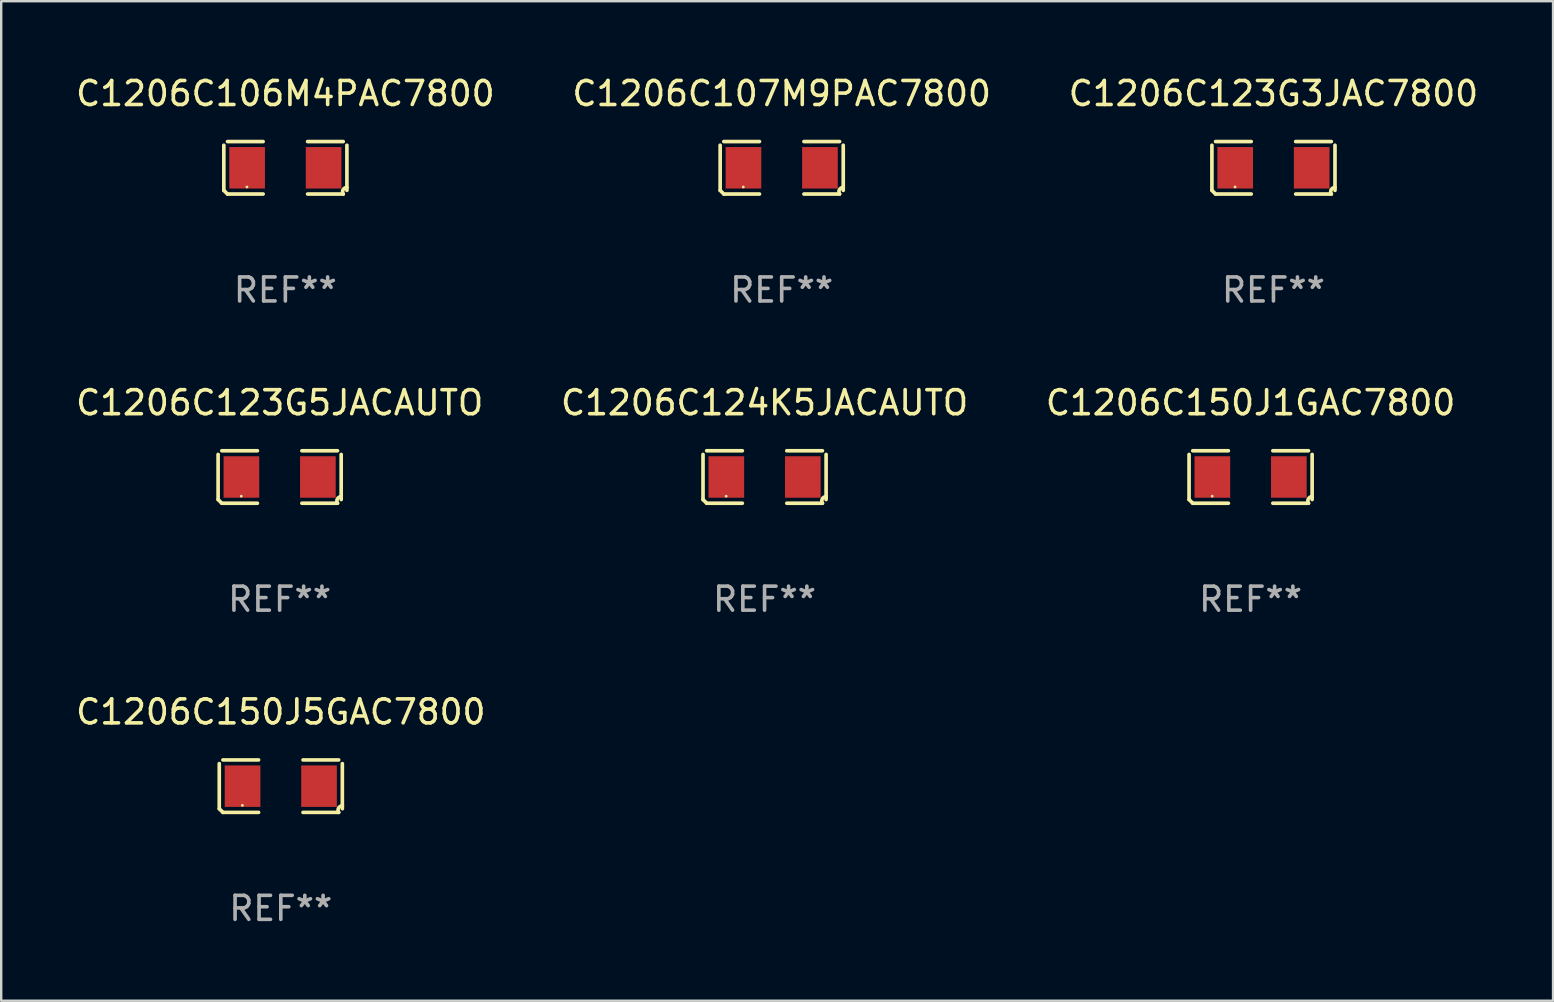
<source format=kicad_pcb>
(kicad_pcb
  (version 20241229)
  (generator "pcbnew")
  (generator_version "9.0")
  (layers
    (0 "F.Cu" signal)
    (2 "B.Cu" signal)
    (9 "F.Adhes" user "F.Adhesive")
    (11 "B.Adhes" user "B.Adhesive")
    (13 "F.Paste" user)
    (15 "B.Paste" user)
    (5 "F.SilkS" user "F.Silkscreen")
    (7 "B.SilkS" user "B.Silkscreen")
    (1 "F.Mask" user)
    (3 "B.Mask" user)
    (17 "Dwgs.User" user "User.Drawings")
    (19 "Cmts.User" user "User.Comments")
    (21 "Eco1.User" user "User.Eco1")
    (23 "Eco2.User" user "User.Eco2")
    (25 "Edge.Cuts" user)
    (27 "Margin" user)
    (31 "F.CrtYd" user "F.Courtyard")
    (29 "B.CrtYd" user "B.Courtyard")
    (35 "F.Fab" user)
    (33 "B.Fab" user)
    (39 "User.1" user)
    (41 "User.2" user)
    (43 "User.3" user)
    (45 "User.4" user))
  (footprint "C1206C107M9PAC7800"
    (layer "F.Cu")
    (at 29.518 3.941)
    (property "Reference" "C1206C107M9PAC7800" (at 0 -3.093 0) (layer "F.SilkS") (effects (font (size 1 1) (thickness 0.15))))
    (attr through_hole)
    (fp_line (start -2.564 0.94) (end -2.564 -0.94) (stroke (width 0.152) (type solid)) (layer "F.SilkS"))
    (fp_line (start -2.411 -1.093) (end -0.926 -1.093) (stroke (width 0.152) (type solid)) (layer "F.SilkS"))
    (fp_line (start -0.926 1.093) (end -2.411 1.093) (stroke (width 0.152) (type solid)) (layer "F.SilkS"))
    (fp_line (start 0.926 1.093) (end 2.411 1.093) (stroke (width 0.152) (type solid)) (layer "F.SilkS"))
    (fp_line (start 2.411 -1.093) (end 0.926 -1.093) (stroke (width 0.152) (type solid)) (layer "F.SilkS"))
    (fp_line (start 2.564 0.94) (end 2.564 -0.94) (stroke (width 0.152) (type solid)) (layer "F.SilkS"))
    (fp_arc (start -2.411201 1.092609) (mid -2.487413 1.01642) (end -2.563602 0.940208) (stroke (width 0.1524) (type solid)) (layer "F.SilkS"))
    (fp_arc (start 2.411201 1.092609) (mid 2.407159 0.911226) (end 2.563602 0.819347) (stroke (width 0.1524) (type solid)) (layer "F.SilkS"))
    (fp_circle (center -1.6 0.8) (end -1.57 0.8) (stroke (width 0.06) (type solid)) (fill no) (layer "F.SilkS"))
    (fp_text user "REF**" (at 0 5.093 0) (layer "F.Fab") (effects (font (size 1 1) (thickness 0.15))))
    (pad "1" smd rect (at -1.593 0) (size 1.485 1.728) (layers "F.Cu" "F.Mask" "F.Paste"))
    (pad "2" smd rect (at 1.593 0) (size 1.485 1.728) (layers "F.Cu" "F.Mask" "F.Paste")))
  (footprint "C1206C123G3JAC7800"
    (layer "F.Cu")
    (at 50.006 3.941)
    (property "Reference" "C1206C123G3JAC7800" (at 0 -3.093 0) (layer "F.SilkS") (effects (font (size 1 1) (thickness 0.15))))
    (attr through_hole)
    (fp_line (start -2.564 0.94) (end -2.564 -0.94) (stroke (width 0.152) (type solid)) (layer "F.SilkS"))
    (fp_line (start -2.411 -1.093) (end -0.926 -1.093) (stroke (width 0.152) (type solid)) (layer "F.SilkS"))
    (fp_line (start -0.926 1.093) (end -2.411 1.093) (stroke (width 0.152) (type solid)) (layer "F.SilkS"))
    (fp_line (start 0.926 1.093) (end 2.411 1.093) (stroke (width 0.152) (type solid)) (layer "F.SilkS"))
    (fp_line (start 2.411 -1.093) (end 0.926 -1.093) (stroke (width 0.152) (type solid)) (layer "F.SilkS"))
    (fp_line (start 2.564 0.94) (end 2.564 -0.94) (stroke (width 0.152) (type solid)) (layer "F.SilkS"))
    (fp_arc (start -2.411201 1.092609) (mid -2.487413 1.01642) (end -2.563602 0.940208) (stroke (width 0.1524) (type solid)) (layer "F.SilkS"))
    (fp_arc (start 2.411201 1.092609) (mid 2.407159 0.911226) (end 2.563602 0.819347) (stroke (width 0.1524) (type solid)) (layer "F.SilkS"))
    (fp_circle (center -1.6 0.8) (end -1.57 0.8) (stroke (width 0.06) (type solid)) (fill no) (layer "F.SilkS"))
    (fp_text user "REF**" (at 0 5.093 0) (layer "F.Fab") (effects (font (size 1 1) (thickness 0.15))))
    (pad "1" smd rect (at -1.593 0) (size 1.485 1.728) (layers "F.Cu" "F.Mask" "F.Paste"))
    (pad "2" smd rect (at 1.593 0) (size 1.485 1.728) (layers "F.Cu" "F.Mask" "F.Paste")))
  (footprint "C1206C150J1GAC7800"
    (layer "F.Cu")
    (at 49.054 16.823)
    (property "Reference" "C1206C150J1GAC7800" (at 0 -3.093 0) (layer "F.SilkS") (effects (font (size 1 1) (thickness 0.15))))
    (attr through_hole)
    (fp_line (start -2.564 0.94) (end -2.564 -0.94) (stroke (width 0.152) (type solid)) (layer "F.SilkS"))
    (fp_line (start -2.411 -1.093) (end -0.926 -1.093) (stroke (width 0.152) (type solid)) (layer "F.SilkS"))
    (fp_line (start -0.926 1.093) (end -2.411 1.093) (stroke (width 0.152) (type solid)) (layer "F.SilkS"))
    (fp_line (start 0.926 1.093) (end 2.411 1.093) (stroke (width 0.152) (type solid)) (layer "F.SilkS"))
    (fp_line (start 2.411 -1.093) (end 0.926 -1.093) (stroke (width 0.152) (type solid)) (layer "F.SilkS"))
    (fp_line (start 2.564 0.94) (end 2.564 -0.94) (stroke (width 0.152) (type solid)) (layer "F.SilkS"))
    (fp_arc (start -2.411201 1.092609) (mid -2.487413 1.01642) (end -2.563602 0.940208) (stroke (width 0.1524) (type solid)) (layer "F.SilkS"))
    (fp_arc (start 2.411201 1.092609) (mid 2.407159 0.911226) (end 2.563602 0.819347) (stroke (width 0.1524) (type solid)) (layer "F.SilkS"))
    (fp_circle (center -1.6 0.8) (end -1.57 0.8) (stroke (width 0.06) (type solid)) (fill no) (layer "F.SilkS"))
    (fp_text user "REF**" (at 0 5.093 0) (layer "F.Fab") (effects (font (size 1 1) (thickness 0.15))))
    (pad "1" smd rect (at -1.593 0) (size 1.485 1.728) (layers "F.Cu" "F.Mask" "F.Paste"))
    (pad "2" smd rect (at 1.593 0) (size 1.485 1.728) (layers "F.Cu" "F.Mask" "F.Paste")))
  (footprint "C1206C123G5JACAUTO"
    (layer "F.Cu")
    (at 8.601 16.823)
    (property "Reference" "C1206C123G5JACAUTO" (at 0 -3.093 0) (layer "F.SilkS") (effects (font (size 1 1) (thickness 0.15))))
    (attr through_hole)
    (fp_line (start -2.564 0.94) (end -2.564 -0.94) (stroke (width 0.152) (type solid)) (layer "F.SilkS"))
    (fp_line (start -2.411 -1.093) (end -0.926 -1.093) (stroke (width 0.152) (type solid)) (layer "F.SilkS"))
    (fp_line (start -0.926 1.093) (end -2.411 1.093) (stroke (width 0.152) (type solid)) (layer "F.SilkS"))
    (fp_line (start 0.926 1.093) (end 2.411 1.093) (stroke (width 0.152) (type solid)) (layer "F.SilkS"))
    (fp_line (start 2.411 -1.093) (end 0.926 -1.093) (stroke (width 0.152) (type solid)) (layer "F.SilkS"))
    (fp_line (start 2.564 0.94) (end 2.564 -0.94) (stroke (width 0.152) (type solid)) (layer "F.SilkS"))
    (fp_arc (start -2.411201 1.092609) (mid -2.487413 1.01642) (end -2.563602 0.940208) (stroke (width 0.1524) (type solid)) (layer "F.SilkS"))
    (fp_arc (start 2.411201 1.092609) (mid 2.407159 0.911226) (end 2.563602 0.819347) (stroke (width 0.1524) (type solid)) (layer "F.SilkS"))
    (fp_circle (center -1.6 0.8) (end -1.57 0.8) (stroke (width 0.06) (type solid)) (fill no) (layer "F.SilkS"))
    (fp_text user "REF**" (at 0 5.093 0) (layer "F.Fab") (effects (font (size 1 1) (thickness 0.15))))
    (pad "1" smd rect (at -1.593 0) (size 1.485 1.728) (layers "F.Cu" "F.Mask" "F.Paste"))
    (pad "2" smd rect (at 1.593 0) (size 1.485 1.728) (layers "F.Cu" "F.Mask" "F.Paste")))
  (footprint "C1206C106M4PAC7800"
    (layer "F.Cu")
    (at 8.839 3.941)
    (property "Reference" "C1206C106M4PAC7800" (at 0 -3.093 0) (layer "F.SilkS") (effects (font (size 1 1) (thickness 0.15))))
    (attr through_hole)
    (fp_line (start -2.564 0.94) (end -2.564 -0.94) (stroke (width 0.152) (type solid)) (layer "F.SilkS"))
    (fp_line (start -2.411 -1.093) (end -0.926 -1.093) (stroke (width 0.152) (type solid)) (layer "F.SilkS"))
    (fp_line (start -0.926 1.093) (end -2.411 1.093) (stroke (width 0.152) (type solid)) (layer "F.SilkS"))
    (fp_line (start 0.926 1.093) (end 2.411 1.093) (stroke (width 0.152) (type solid)) (layer "F.SilkS"))
    (fp_line (start 2.411 -1.093) (end 0.926 -1.093) (stroke (width 0.152) (type solid)) (layer "F.SilkS"))
    (fp_line (start 2.564 0.94) (end 2.564 -0.94) (stroke (width 0.152) (type solid)) (layer "F.SilkS"))
    (fp_arc (start -2.411201 1.092609) (mid -2.487413 1.01642) (end -2.563602 0.940208) (stroke (width 0.1524) (type solid)) (layer "F.SilkS"))
    (fp_arc (start 2.411201 1.092609) (mid 2.407159 0.911226) (end 2.563602 0.819347) (stroke (width 0.1524) (type solid)) (layer "F.SilkS"))
    (fp_circle (center -1.6 0.8) (end -1.57 0.8) (stroke (width 0.06) (type solid)) (fill no) (layer "F.SilkS"))
    (fp_text user "REF**" (at 0 5.093 0) (layer "F.Fab") (effects (font (size 1 1) (thickness 0.15))))
    (pad "1" smd rect (at -1.593 0) (size 1.485 1.728) (layers "F.Cu" "F.Mask" "F.Paste"))
    (pad "2" smd rect (at 1.593 0) (size 1.485 1.728) (layers "F.Cu" "F.Mask" "F.Paste")))
  (footprint "C1206C150J5GAC7800"
    (layer "F.Cu")
    (at 8.649 29.704)
    (property "Reference" "C1206C150J5GAC7800" (at 0 -3.093 0) (layer "F.SilkS") (effects (font (size 1 1) (thickness 0.15))))
    (attr through_hole)
    (fp_line (start -2.564 0.94) (end -2.564 -0.94) (stroke (width 0.152) (type solid)) (layer "F.SilkS"))
    (fp_line (start -2.411 -1.093) (end -0.926 -1.093) (stroke (width 0.152) (type solid)) (layer "F.SilkS"))
    (fp_line (start -0.926 1.093) (end -2.411 1.093) (stroke (width 0.152) (type solid)) (layer "F.SilkS"))
    (fp_line (start 0.926 1.093) (end 2.411 1.093) (stroke (width 0.152) (type solid)) (layer "F.SilkS"))
    (fp_line (start 2.411 -1.093) (end 0.926 -1.093) (stroke (width 0.152) (type solid)) (layer "F.SilkS"))
    (fp_line (start 2.564 0.94) (end 2.564 -0.94) (stroke (width 0.152) (type solid)) (layer "F.SilkS"))
    (fp_arc (start -2.411201 1.092609) (mid -2.487413 1.01642) (end -2.563602 0.940208) (stroke (width 0.1524) (type solid)) (layer "F.SilkS"))
    (fp_arc (start 2.411201 1.092609) (mid 2.407159 0.911226) (end 2.563602 0.819347) (stroke (width 0.1524) (type solid)) (layer "F.SilkS"))
    (fp_circle (center -1.6 0.8) (end -1.57 0.8) (stroke (width 0.06) (type solid)) (fill no) (layer "F.SilkS"))
    (fp_text user "REF**" (at 0 5.093 0) (layer "F.Fab") (effects (font (size 1 1) (thickness 0.15))))
    (pad "1" smd rect (at -1.593 0) (size 1.485 1.728) (layers "F.Cu" "F.Mask" "F.Paste"))
    (pad "2" smd rect (at 1.593 0) (size 1.485 1.728) (layers "F.Cu" "F.Mask" "F.Paste")))
  (footprint "C1206C124K5JACAUTO"
    (layer "F.Cu")
    (at 28.804 16.823)
    (property "Reference" "C1206C124K5JACAUTO" (at 0 -3.093 0) (layer "F.SilkS") (effects (font (size 1 1) (thickness 0.15))))
    (attr through_hole)
    (fp_line (start -2.564 0.94) (end -2.564 -0.94) (stroke (width 0.152) (type solid)) (layer "F.SilkS"))
    (fp_line (start -2.411 -1.093) (end -0.926 -1.093) (stroke (width 0.152) (type solid)) (layer "F.SilkS"))
    (fp_line (start -0.926 1.093) (end -2.411 1.093) (stroke (width 0.152) (type solid)) (layer "F.SilkS"))
    (fp_line (start 0.926 1.093) (end 2.411 1.093) (stroke (width 0.152) (type solid)) (layer "F.SilkS"))
    (fp_line (start 2.411 -1.093) (end 0.926 -1.093) (stroke (width 0.152) (type solid)) (layer "F.SilkS"))
    (fp_line (start 2.564 0.94) (end 2.564 -0.94) (stroke (width 0.152) (type solid)) (layer "F.SilkS"))
    (fp_arc (start -2.411201 1.092609) (mid -2.487413 1.01642) (end -2.563602 0.940208) (stroke (width 0.1524) (type solid)) (layer "F.SilkS"))
    (fp_arc (start 2.411201 1.092609) (mid 2.407159 0.911226) (end 2.563602 0.819347) (stroke (width 0.1524) (type solid)) (layer "F.SilkS"))
    (fp_circle (center -1.6 0.8) (end -1.57 0.8) (stroke (width 0.06) (type solid)) (fill no) (layer "F.SilkS"))
    (fp_text user "REF**" (at 0 5.093 0) (layer "F.Fab") (effects (font (size 1 1) (thickness 0.15))))
    (pad "1" smd rect (at -1.593 0) (size 1.485 1.728) (layers "F.Cu" "F.Mask" "F.Paste"))
    (pad "2" smd rect (at 1.593 0) (size 1.485 1.728) (layers "F.Cu" "F.Mask" "F.Paste")))
  (gr_rect
    (start -3 -3)
    (end 61.655 38.645)
    (stroke (width 0.1) (type default))
    (fill no)
    (layer "Edge.Cuts")))
</source>
